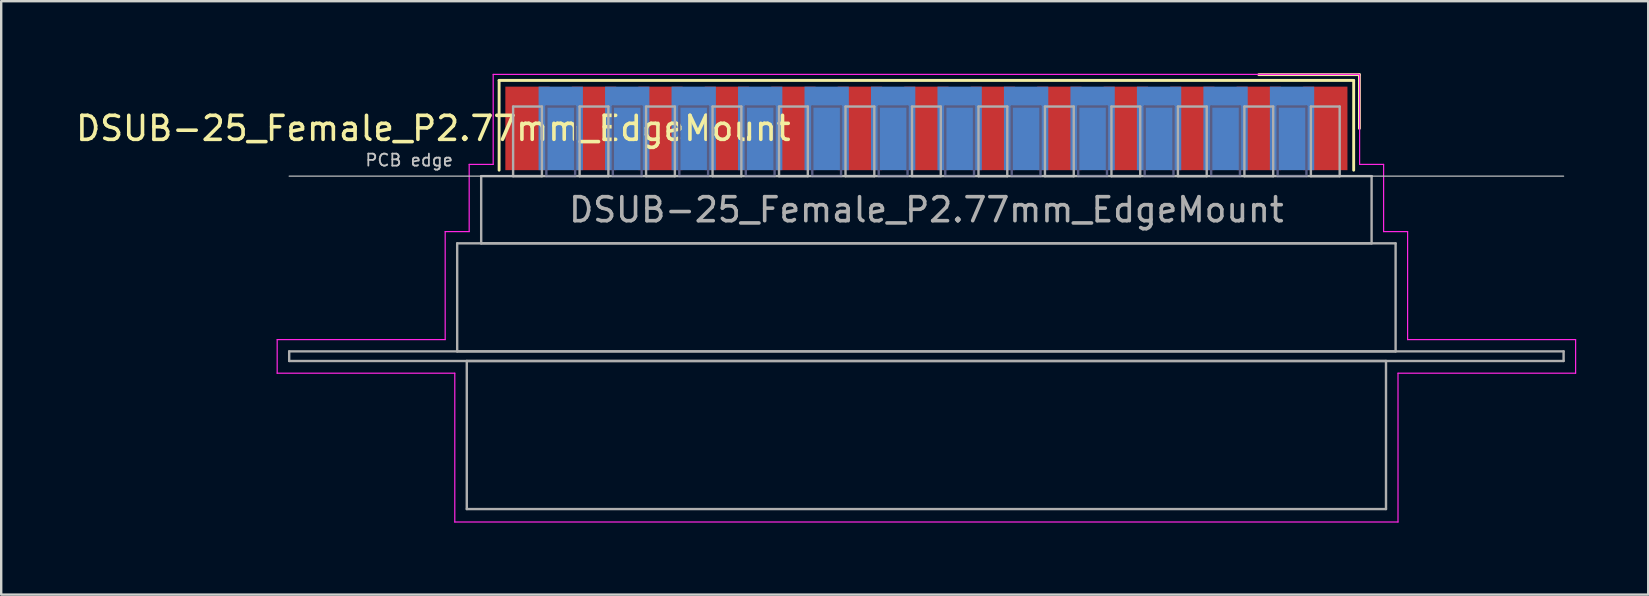
<source format=kicad_pcb>
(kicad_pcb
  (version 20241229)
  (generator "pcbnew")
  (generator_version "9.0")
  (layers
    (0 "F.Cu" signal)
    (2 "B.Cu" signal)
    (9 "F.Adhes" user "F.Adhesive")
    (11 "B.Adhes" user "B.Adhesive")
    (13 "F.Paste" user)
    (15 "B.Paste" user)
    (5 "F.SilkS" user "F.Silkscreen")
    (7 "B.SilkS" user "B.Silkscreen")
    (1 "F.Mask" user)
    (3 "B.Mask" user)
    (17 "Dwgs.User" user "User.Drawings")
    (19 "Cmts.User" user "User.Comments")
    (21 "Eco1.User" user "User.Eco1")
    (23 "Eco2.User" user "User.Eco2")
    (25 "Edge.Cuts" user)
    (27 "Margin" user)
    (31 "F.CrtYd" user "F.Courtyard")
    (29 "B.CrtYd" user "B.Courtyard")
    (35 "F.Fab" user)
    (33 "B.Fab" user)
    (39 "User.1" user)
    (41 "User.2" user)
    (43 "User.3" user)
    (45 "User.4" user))
  (footprint "DSUB-25_Female_P2.77mm_EdgeMount"
    (layer "F.Cu")
    (at 35.549 2.3)
    (property "Reference" "DSUB-25_Female_P2.77mm_EdgeMount" (at -20.543 0 0) (layer "F.SilkS") (effects (font (size 1 1) (thickness 0.15))))
    (attr smd)
    (fp_line (start -17.803 -2) (end -17.803 1.74) (stroke (width 0.12) (type solid)) (layer "F.SilkS"))
    (fp_line (start 17.803 -2) (end -17.803 -2) (stroke (width 0.12) (type solid)) (layer "F.SilkS"))
    (fp_line (start 17.803 1.74) (end 17.803 -2) (stroke (width 0.12) (type solid)) (layer "F.SilkS"))
    (fp_line (start 18.043 -2.24) (end 13.85 -2.24) (stroke (width 0.12) (type solid)) (layer "F.SilkS"))
    (fp_line (start 18.043 0) (end 18.043 -2.24) (stroke (width 0.12) (type solid)) (layer "F.SilkS"))
    (fp_line (start -26.55 1.99) (end 26.55 1.99) (stroke (width 0.05) (type solid)) (layer "Dwgs.User"))
    (fp_line (start -27.05 8.8) (end -20.05 8.8) (stroke (width 0.05) (type solid)) (layer "F.CrtYd"))
    (fp_line (start -27.05 10.2) (end -27.05 8.8) (stroke (width 0.05) (type solid)) (layer "F.CrtYd"))
    (fp_line (start -20.05 4.3) (end -19.05 4.3) (stroke (width 0.05) (type solid)) (layer "F.CrtYd"))
    (fp_line (start -20.05 8.8) (end -20.05 4.3) (stroke (width 0.05) (type solid)) (layer "F.CrtYd"))
    (fp_line (start -19.65 10.2) (end -27.05 10.2) (stroke (width 0.05) (type solid)) (layer "F.CrtYd"))
    (fp_line (start -19.65 16.4) (end -19.65 10.2) (stroke (width 0.05) (type solid)) (layer "F.CrtYd"))
    (fp_line (start -19.05 1.5) (end -18.05 1.5) (stroke (width 0.05) (type solid)) (layer "F.CrtYd"))
    (fp_line (start -19.05 4.3) (end -19.05 1.5) (stroke (width 0.05) (type solid)) (layer "F.CrtYd"))
    (fp_line (start -18.05 -2.25) (end 18.05 -2.25) (stroke (width 0.05) (type solid)) (layer "F.CrtYd"))
    (fp_line (start -18.05 1.5) (end -18.05 -2.25) (stroke (width 0.05) (type solid)) (layer "F.CrtYd"))
    (fp_line (start 18.05 -2.25) (end 18.05 1.5) (stroke (width 0.05) (type solid)) (layer "F.CrtYd"))
    (fp_line (start 18.05 1.5) (end 19.05 1.5) (stroke (width 0.05) (type solid)) (layer "F.CrtYd"))
    (fp_line (start 19.05 1.5) (end 19.05 4.3) (stroke (width 0.05) (type solid)) (layer "F.CrtYd"))
    (fp_line (start 19.05 4.3) (end 20.05 4.3) (stroke (width 0.05) (type solid)) (layer "F.CrtYd"))
    (fp_line (start 19.65 10.2) (end 19.65 16.4) (stroke (width 0.05) (type solid)) (layer "F.CrtYd"))
    (fp_line (start 19.65 16.4) (end -19.65 16.4) (stroke (width 0.05) (type solid)) (layer "F.CrtYd"))
    (fp_line (start 20.05 4.3) (end 20.05 8.8) (stroke (width 0.05) (type solid)) (layer "F.CrtYd"))
    (fp_line (start 20.05 8.8) (end 27.05 8.8) (stroke (width 0.05) (type solid)) (layer "F.CrtYd"))
    (fp_line (start 27.05 8.8) (end 27.05 10.2) (stroke (width 0.05) (type solid)) (layer "F.CrtYd"))
    (fp_line (start 27.05 10.2) (end 19.65 10.2) (stroke (width 0.05) (type solid)) (layer "F.CrtYd"))
    (fp_line (start -15.835 -0.91) (end -15.835 1.99) (stroke (width 0.1) (type solid)) (layer "B.Fab"))
    (fp_line (start -15.835 1.99) (end -14.635 1.99) (stroke (width 0.1) (type solid)) (layer "B.Fab"))
    (fp_line (start -14.635 -0.91) (end -15.835 -0.91) (stroke (width 0.1) (type solid)) (layer "B.Fab"))
    (fp_line (start -14.635 1.99) (end -14.635 -0.91) (stroke (width 0.1) (type solid)) (layer "B.Fab"))
    (fp_line (start -13.065 -0.91) (end -13.065 1.99) (stroke (width 0.1) (type solid)) (layer "B.Fab"))
    (fp_line (start -13.065 1.99) (end -11.865 1.99) (stroke (width 0.1) (type solid)) (layer "B.Fab"))
    (fp_line (start -11.865 -0.91) (end -13.065 -0.91) (stroke (width 0.1) (type solid)) (layer "B.Fab"))
    (fp_line (start -11.865 1.99) (end -11.865 -0.91) (stroke (width 0.1) (type solid)) (layer "B.Fab"))
    (fp_line (start -10.295 -0.91) (end -10.295 1.99) (stroke (width 0.1) (type solid)) (layer "B.Fab"))
    (fp_line (start -10.295 1.99) (end -9.095 1.99) (stroke (width 0.1) (type solid)) (layer "B.Fab"))
    (fp_line (start -9.095 -0.91) (end -10.295 -0.91) (stroke (width 0.1) (type solid)) (layer "B.Fab"))
    (fp_line (start -9.095 1.99) (end -9.095 -0.91) (stroke (width 0.1) (type solid)) (layer "B.Fab"))
    (fp_line (start -7.525 -0.91) (end -7.525 1.99) (stroke (width 0.1) (type solid)) (layer "B.Fab"))
    (fp_line (start -7.525 1.99) (end -6.325 1.99) (stroke (width 0.1) (type solid)) (layer "B.Fab"))
    (fp_line (start -6.325 -0.91) (end -7.525 -0.91) (stroke (width 0.1) (type solid)) (layer "B.Fab"))
    (fp_line (start -6.325 1.99) (end -6.325 -0.91) (stroke (width 0.1) (type solid)) (layer "B.Fab"))
    (fp_line (start -4.755 -0.91) (end -4.755 1.99) (stroke (width 0.1) (type solid)) (layer "B.Fab"))
    (fp_line (start -4.755 1.99) (end -3.555 1.99) (stroke (width 0.1) (type solid)) (layer "B.Fab"))
    (fp_line (start -3.555 -0.91) (end -4.755 -0.91) (stroke (width 0.1) (type solid)) (layer "B.Fab"))
    (fp_line (start -3.555 1.99) (end -3.555 -0.91) (stroke (width 0.1) (type solid)) (layer "B.Fab"))
    (fp_line (start -1.985 -0.91) (end -1.985 1.99) (stroke (width 0.1) (type solid)) (layer "B.Fab"))
    (fp_line (start -1.985 1.99) (end -0.785 1.99) (stroke (width 0.1) (type solid)) (layer "B.Fab"))
    (fp_line (start -0.785 -0.91) (end -1.985 -0.91) (stroke (width 0.1) (type solid)) (layer "B.Fab"))
    (fp_line (start -0.785 1.99) (end -0.785 -0.91) (stroke (width 0.1) (type solid)) (layer "B.Fab"))
    (fp_line (start 0.785 -0.91) (end 0.785 1.99) (stroke (width 0.1) (type solid)) (layer "B.Fab"))
    (fp_line (start 0.785 1.99) (end 1.985 1.99) (stroke (width 0.1) (type solid)) (layer "B.Fab"))
    (fp_line (start 1.985 -0.91) (end 0.785 -0.91) (stroke (width 0.1) (type solid)) (layer "B.Fab"))
    (fp_line (start 1.985 1.99) (end 1.985 -0.91) (stroke (width 0.1) (type solid)) (layer "B.Fab"))
    (fp_line (start 3.555 -0.91) (end 3.555 1.99) (stroke (width 0.1) (type solid)) (layer "B.Fab"))
    (fp_line (start 3.555 1.99) (end 4.755 1.99) (stroke (width 0.1) (type solid)) (layer "B.Fab"))
    (fp_line (start 4.755 -0.91) (end 3.555 -0.91) (stroke (width 0.1) (type solid)) (layer "B.Fab"))
    (fp_line (start 4.755 1.99) (end 4.755 -0.91) (stroke (width 0.1) (type solid)) (layer "B.Fab"))
    (fp_line (start 6.325 -0.91) (end 6.325 1.99) (stroke (width 0.1) (type solid)) (layer "B.Fab"))
    (fp_line (start 6.325 1.99) (end 7.525 1.99) (stroke (width 0.1) (type solid)) (layer "B.Fab"))
    (fp_line (start 7.525 -0.91) (end 6.325 -0.91) (stroke (width 0.1) (type solid)) (layer "B.Fab"))
    (fp_line (start 7.525 1.99) (end 7.525 -0.91) (stroke (width 0.1) (type solid)) (layer "B.Fab"))
    (fp_line (start 9.095 -0.91) (end 9.095 1.99) (stroke (width 0.1) (type solid)) (layer "B.Fab"))
    (fp_line (start 9.095 1.99) (end 10.295 1.99) (stroke (width 0.1) (type solid)) (layer "B.Fab"))
    (fp_line (start 10.295 -0.91) (end 9.095 -0.91) (stroke (width 0.1) (type solid)) (layer "B.Fab"))
    (fp_line (start 10.295 1.99) (end 10.295 -0.91) (stroke (width 0.1) (type solid)) (layer "B.Fab"))
    (fp_line (start 11.865 -0.91) (end 11.865 1.99) (stroke (width 0.1) (type solid)) (layer "B.Fab"))
    (fp_line (start 11.865 1.99) (end 13.065 1.99) (stroke (width 0.1) (type solid)) (layer "B.Fab"))
    (fp_line (start 13.065 -0.91) (end 11.865 -0.91) (stroke (width 0.1) (type solid)) (layer "B.Fab"))
    (fp_line (start 13.065 1.99) (end 13.065 -0.91) (stroke (width 0.1) (type solid)) (layer "B.Fab"))
    (fp_line (start 14.635 -0.91) (end 14.635 1.99) (stroke (width 0.1) (type solid)) (layer "B.Fab"))
    (fp_line (start 14.635 1.99) (end 15.835 1.99) (stroke (width 0.1) (type solid)) (layer "B.Fab"))
    (fp_line (start 15.835 -0.91) (end 14.635 -0.91) (stroke (width 0.1) (type solid)) (layer "B.Fab"))
    (fp_line (start 15.835 1.99) (end 15.835 -0.91) (stroke (width 0.1) (type solid)) (layer "B.Fab"))
    (fp_line (start -26.55 9.29) (end -26.55 9.69) (stroke (width 0.1) (type solid)) (layer "F.Fab"))
    (fp_line (start -26.55 9.69) (end 26.55 9.69) (stroke (width 0.1) (type solid)) (layer "F.Fab"))
    (fp_line (start -19.55 4.79) (end -19.55 9.29) (stroke (width 0.1) (type solid)) (layer "F.Fab"))
    (fp_line (start -19.55 9.29) (end 19.55 9.29) (stroke (width 0.1) (type solid)) (layer "F.Fab"))
    (fp_line (start -19.15 9.69) (end -19.15 15.86) (stroke (width 0.1) (type solid)) (layer "F.Fab"))
    (fp_line (start -19.15 15.86) (end 19.15 15.86) (stroke (width 0.1) (type solid)) (layer "F.Fab"))
    (fp_line (start -18.55 1.99) (end -18.55 4.79) (stroke (width 0.1) (type solid)) (layer "F.Fab"))
    (fp_line (start -18.55 4.79) (end 18.55 4.79) (stroke (width 0.1) (type solid)) (layer "F.Fab"))
    (fp_line (start -17.22 -0.91) (end -17.22 1.99) (stroke (width 0.1) (type solid)) (layer "F.Fab"))
    (fp_line (start -17.22 1.99) (end -16.02 1.99) (stroke (width 0.1) (type solid)) (layer "F.Fab"))
    (fp_line (start -16.02 -0.91) (end -17.22 -0.91) (stroke (width 0.1) (type solid)) (layer "F.Fab"))
    (fp_line (start -16.02 1.99) (end -16.02 -0.91) (stroke (width 0.1) (type solid)) (layer "F.Fab"))
    (fp_line (start -14.45 -0.91) (end -14.45 1.99) (stroke (width 0.1) (type solid)) (layer "F.Fab"))
    (fp_line (start -14.45 1.99) (end -13.25 1.99) (stroke (width 0.1) (type solid)) (layer "F.Fab"))
    (fp_line (start -13.25 -0.91) (end -14.45 -0.91) (stroke (width 0.1) (type solid)) (layer "F.Fab"))
    (fp_line (start -13.25 1.99) (end -13.25 -0.91) (stroke (width 0.1) (type solid)) (layer "F.Fab"))
    (fp_line (start -11.68 -0.91) (end -11.68 1.99) (stroke (width 0.1) (type solid)) (layer "F.Fab"))
    (fp_line (start -11.68 1.99) (end -10.48 1.99) (stroke (width 0.1) (type solid)) (layer "F.Fab"))
    (fp_line (start -10.48 -0.91) (end -11.68 -0.91) (stroke (width 0.1) (type solid)) (layer "F.Fab"))
    (fp_line (start -10.48 1.99) (end -10.48 -0.91) (stroke (width 0.1) (type solid)) (layer "F.Fab"))
    (fp_line (start -8.91 -0.91) (end -8.91 1.99) (stroke (width 0.1) (type solid)) (layer "F.Fab"))
    (fp_line (start -8.91 1.99) (end -7.71 1.99) (stroke (width 0.1) (type solid)) (layer "F.Fab"))
    (fp_line (start -7.71 -0.91) (end -8.91 -0.91) (stroke (width 0.1) (type solid)) (layer "F.Fab"))
    (fp_line (start -7.71 1.99) (end -7.71 -0.91) (stroke (width 0.1) (type solid)) (layer "F.Fab"))
    (fp_line (start -6.14 -0.91) (end -6.14 1.99) (stroke (width 0.1) (type solid)) (layer "F.Fab"))
    (fp_line (start -6.14 1.99) (end -4.94 1.99) (stroke (width 0.1) (type solid)) (layer "F.Fab"))
    (fp_line (start -4.94 -0.91) (end -6.14 -0.91) (stroke (width 0.1) (type solid)) (layer "F.Fab"))
    (fp_line (start -4.94 1.99) (end -4.94 -0.91) (stroke (width 0.1) (type solid)) (layer "F.Fab"))
    (fp_line (start -3.37 -0.91) (end -3.37 1.99) (stroke (width 0.1) (type solid)) (layer "F.Fab"))
    (fp_line (start -3.37 1.99) (end -2.17 1.99) (stroke (width 0.1) (type solid)) (layer "F.Fab"))
    (fp_line (start -2.17 -0.91) (end -3.37 -0.91) (stroke (width 0.1) (type solid)) (layer "F.Fab"))
    (fp_line (start -2.17 1.99) (end -2.17 -0.91) (stroke (width 0.1) (type solid)) (layer "F.Fab"))
    (fp_line (start -0.6 -0.91) (end -0.6 1.99) (stroke (width 0.1) (type solid)) (layer "F.Fab"))
    (fp_line (start -0.6 1.99) (end 0.6 1.99) (stroke (width 0.1) (type solid)) (layer "F.Fab"))
    (fp_line (start 0.6 -0.91) (end -0.6 -0.91) (stroke (width 0.1) (type solid)) (layer "F.Fab"))
    (fp_line (start 0.6 1.99) (end 0.6 -0.91) (stroke (width 0.1) (type solid)) (layer "F.Fab"))
    (fp_line (start 2.17 -0.91) (end 2.17 1.99) (stroke (width 0.1) (type solid)) (layer "F.Fab"))
    (fp_line (start 2.17 1.99) (end 3.37 1.99) (stroke (width 0.1) (type solid)) (layer "F.Fab"))
    (fp_line (start 3.37 -0.91) (end 2.17 -0.91) (stroke (width 0.1) (type solid)) (layer "F.Fab"))
    (fp_line (start 3.37 1.99) (end 3.37 -0.91) (stroke (width 0.1) (type solid)) (layer "F.Fab"))
    (fp_line (start 4.94 -0.91) (end 4.94 1.99) (stroke (width 0.1) (type solid)) (layer "F.Fab"))
    (fp_line (start 4.94 1.99) (end 6.14 1.99) (stroke (width 0.1) (type solid)) (layer "F.Fab"))
    (fp_line (start 6.14 -0.91) (end 4.94 -0.91) (stroke (width 0.1) (type solid)) (layer "F.Fab"))
    (fp_line (start 6.14 1.99) (end 6.14 -0.91) (stroke (width 0.1) (type solid)) (layer "F.Fab"))
    (fp_line (start 7.71 -0.91) (end 7.71 1.99) (stroke (width 0.1) (type solid)) (layer "F.Fab"))
    (fp_line (start 7.71 1.99) (end 8.91 1.99) (stroke (width 0.1) (type solid)) (layer "F.Fab"))
    (fp_line (start 8.91 -0.91) (end 7.71 -0.91) (stroke (width 0.1) (type solid)) (layer "F.Fab"))
    (fp_line (start 8.91 1.99) (end 8.91 -0.91) (stroke (width 0.1) (type solid)) (layer "F.Fab"))
    (fp_line (start 10.48 -0.91) (end 10.48 1.99) (stroke (width 0.1) (type solid)) (layer "F.Fab"))
    (fp_line (start 10.48 1.99) (end 11.68 1.99) (stroke (width 0.1) (type solid)) (layer "F.Fab"))
    (fp_line (start 11.68 -0.91) (end 10.48 -0.91) (stroke (width 0.1) (type solid)) (layer "F.Fab"))
    (fp_line (start 11.68 1.99) (end 11.68 -0.91) (stroke (width 0.1) (type solid)) (layer "F.Fab"))
    (fp_line (start 13.25 -0.91) (end 13.25 1.99) (stroke (width 0.1) (type solid)) (layer "F.Fab"))
    (fp_line (start 13.25 1.99) (end 14.45 1.99) (stroke (width 0.1) (type solid)) (layer "F.Fab"))
    (fp_line (start 14.45 -0.91) (end 13.25 -0.91) (stroke (width 0.1) (type solid)) (layer "F.Fab"))
    (fp_line (start 14.45 1.99) (end 14.45 -0.91) (stroke (width 0.1) (type solid)) (layer "F.Fab"))
    (fp_line (start 16.02 -0.91) (end 16.02 1.99) (stroke (width 0.1) (type solid)) (layer "F.Fab"))
    (fp_line (start 16.02 1.99) (end 17.22 1.99) (stroke (width 0.1) (type solid)) (layer "F.Fab"))
    (fp_line (start 17.22 -0.91) (end 16.02 -0.91) (stroke (width 0.1) (type solid)) (layer "F.Fab"))
    (fp_line (start 17.22 1.99) (end 17.22 -0.91) (stroke (width 0.1) (type solid)) (layer "F.Fab"))
    (fp_line (start 18.55 1.99) (end -18.55 1.99) (stroke (width 0.1) (type solid)) (layer "F.Fab"))
    (fp_line (start 18.55 4.79) (end 18.55 1.99) (stroke (width 0.1) (type solid)) (layer "F.Fab"))
    (fp_line (start 19.15 9.69) (end -19.15 9.69) (stroke (width 0.1) (type solid)) (layer "F.Fab"))
    (fp_line (start 19.15 15.86) (end 19.15 9.69) (stroke (width 0.1) (type solid)) (layer "F.Fab"))
    (fp_line (start 19.55 4.79) (end -19.55 4.79) (stroke (width 0.1) (type solid)) (layer "F.Fab"))
    (fp_line (start 19.55 9.29) (end 19.55 4.79) (stroke (width 0.1) (type solid)) (layer "F.Fab"))
    (fp_line (start 26.55 9.29) (end -26.55 9.29) (stroke (width 0.1) (type solid)) (layer "F.Fab"))
    (fp_line (start 26.55 9.69) (end 26.55 9.29) (stroke (width 0.1) (type solid)) (layer "F.Fab"))
    (fp_text user "PCB edge" (at -21.55 1.323 0) (layer "Dwgs.User") (effects (font (size 0.5 0.5) (thickness 0.075))))
    (fp_text user "${REFERENCE}" (at 0 3.39 0) (layer "F.Fab") (effects (font (size 1 1) (thickness 0.15))))
    (pad "1" smd rect (at 16.62 0) (size 1.847 3.48) (layers "F.Cu" "F.Mask" "F.Paste"))
    (pad "2" smd rect (at 13.85 0) (size 1.847 3.48) (layers "F.Cu" "F.Mask" "F.Paste"))
    (pad "3" smd rect (at 11.08 0) (size 1.847 3.48) (layers "F.Cu" "F.Mask" "F.Paste"))
    (pad "4" smd rect (at 8.31 0) (size 1.847 3.48) (layers "F.Cu" "F.Mask" "F.Paste"))
    (pad "5" smd rect (at 5.54 0) (size 1.847 3.48) (layers "F.Cu" "F.Mask" "F.Paste"))
    (pad "6" smd rect (at 2.77 0) (size 1.847 3.48) (layers "F.Cu" "F.Mask" "F.Paste"))
    (pad "7" smd rect (at 0 0) (size 1.847 3.48) (layers "F.Cu" "F.Mask" "F.Paste"))
    (pad "8" smd rect (at -2.77 0) (size 1.847 3.48) (layers "F.Cu" "F.Mask" "F.Paste"))
    (pad "9" smd rect (at -5.54 0) (size 1.847 3.48) (layers "F.Cu" "F.Mask" "F.Paste"))
    (pad "10" smd rect (at -8.31 0) (size 1.847 3.48) (layers "F.Cu" "F.Mask" "F.Paste"))
    (pad "11" smd rect (at -11.08 0) (size 1.847 3.48) (layers "F.Cu" "F.Mask" "F.Paste"))
    (pad "12" smd rect (at -13.85 0) (size 1.847 3.48) (layers "F.Cu" "F.Mask" "F.Paste"))
    (pad "13" smd rect (at -16.62 0) (size 1.847 3.48) (layers "F.Cu" "F.Mask" "F.Paste"))
    (pad "14" smd rect (at 15.235 0) (size 1.847 3.48) (layers "B.Cu" "B.Mask" "B.Paste"))
    (pad "15" smd rect (at 12.465 0) (size 1.847 3.48) (layers "B.Cu" "B.Mask" "B.Paste"))
    (pad "16" smd rect (at 9.695 0) (size 1.847 3.48) (layers "B.Cu" "B.Mask" "B.Paste"))
    (pad "17" smd rect (at 6.925 0) (size 1.847 3.48) (layers "B.Cu" "B.Mask" "B.Paste"))
    (pad "18" smd rect (at 4.155 0) (size 1.847 3.48) (layers "B.Cu" "B.Mask" "B.Paste"))
    (pad "19" smd rect (at 1.385 0) (size 1.847 3.48) (layers "B.Cu" "B.Mask" "B.Paste"))
    (pad "20" smd rect (at -1.385 0) (size 1.847 3.48) (layers "B.Cu" "B.Mask" "B.Paste"))
    (pad "21" smd rect (at -4.155 0) (size 1.847 3.48) (layers "B.Cu" "B.Mask" "B.Paste"))
    (pad "22" smd rect (at -6.925 0) (size 1.847 3.48) (layers "B.Cu" "B.Mask" "B.Paste"))
    (pad "23" smd rect (at -9.695 0) (size 1.847 3.48) (layers "B.Cu" "B.Mask" "B.Paste"))
    (pad "24" smd rect (at -12.465 0) (size 1.847 3.48) (layers "B.Cu" "B.Mask" "B.Paste"))
    (pad "25" smd rect (at -15.235 0) (size 1.847 3.48) (layers "B.Cu" "B.Mask" "B.Paste")))
  (gr_rect
    (start -3 -3)
    (end 65.624 21.725)
    (stroke (width 0.1) (type default))
    (fill no)
    (layer "Edge.Cuts")))
</source>
